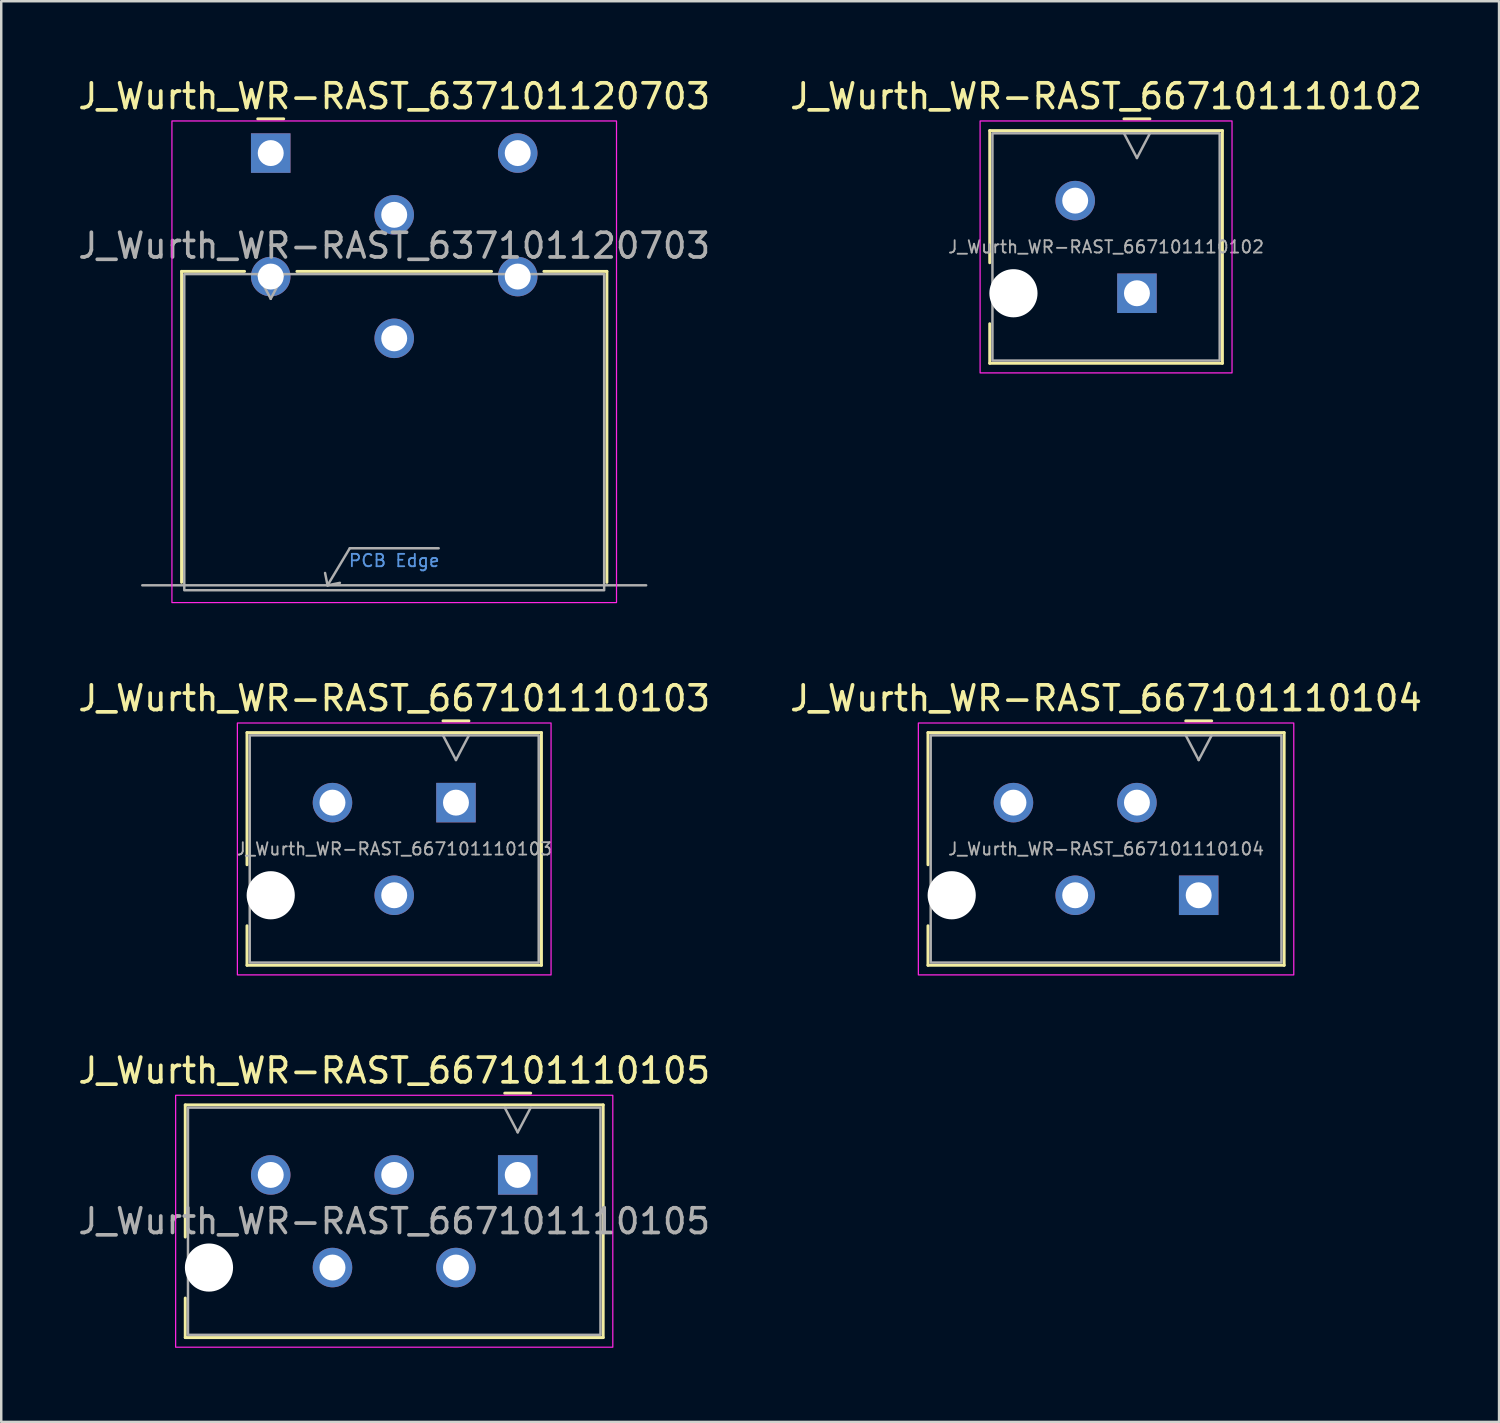
<source format=kicad_pcb>
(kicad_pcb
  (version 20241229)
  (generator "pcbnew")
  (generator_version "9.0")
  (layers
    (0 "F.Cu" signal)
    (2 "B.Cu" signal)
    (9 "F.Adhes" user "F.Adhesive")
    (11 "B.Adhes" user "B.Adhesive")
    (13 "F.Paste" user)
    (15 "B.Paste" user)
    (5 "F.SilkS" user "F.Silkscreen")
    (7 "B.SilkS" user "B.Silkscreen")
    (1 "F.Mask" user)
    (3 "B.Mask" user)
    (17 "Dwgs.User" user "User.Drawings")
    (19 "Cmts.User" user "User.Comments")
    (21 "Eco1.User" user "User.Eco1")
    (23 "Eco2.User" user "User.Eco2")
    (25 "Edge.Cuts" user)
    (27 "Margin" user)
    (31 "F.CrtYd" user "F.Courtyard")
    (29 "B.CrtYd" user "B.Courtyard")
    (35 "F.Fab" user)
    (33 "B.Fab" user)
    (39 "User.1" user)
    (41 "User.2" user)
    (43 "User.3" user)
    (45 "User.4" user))
  (footprint "J_Wurth_WR-RAST_667101110102"
    (layer "F.Cu")
    (at 42.982 8.823)
    (property "Reference" "J_Wurth_WR-RAST_667101110102" (at -1.25 -7.975 0) (unlocked yes) (layer "F.SilkS") (effects (font (size 1 1) (thickness 0.15))))
    (attr smd)
    (fp_line (start -5.96 -6.585) (end -5.96 -1.235) (stroke (width 0.12) (type default)) (layer "F.SilkS"))
    (fp_line (start -5.96 -6.585) (end 3.46 -6.585) (stroke (width 0.12) (type default)) (layer "F.SilkS"))
    (fp_line (start -5.96 2.835) (end -5.96 1.235) (stroke (width 0.12) (type default)) (layer "F.SilkS"))
    (fp_line (start -5.96 2.835) (end 3.46 2.835) (stroke (width 0.12) (type default)) (layer "F.SilkS"))
    (fp_line (start -0.525 -7.06) (end 0.525 -7.06) (stroke (width 0.12) (type default)) (layer "F.SilkS"))
    (fp_line (start 3.46 -6.585) (end 3.46 2.835) (stroke (width 0.12) (type default)) (layer "F.SilkS"))
    (fp_rect (start -6.35 -6.975) (end 3.85 3.225) (stroke (width 0.05) (type default)) (fill no) (layer "F.CrtYd"))
    (fp_line (start -0.525 -6.475) (end 0 -5.475) (stroke (width 0.1) (type default)) (layer "F.Fab"))
    (fp_line (start 0.525 -6.475) (end 0 -5.475) (stroke (width 0.1) (type default)) (layer "F.Fab"))
    (fp_rect (start -5.85 -6.475) (end 3.35 2.725) (stroke (width 0.1) (type default)) (fill no) (layer "F.Fab"))
    (fp_text user "${REFERENCE}" (at -1.25 -1.875 0) (unlocked yes) (layer "F.Fab") (effects (font (size 0.5 0.5) (thickness 0.075))))
    (pad "" np_thru_hole circle (at -5 0) (size 1.95 1.95) (drill 1.95) (layers "*.Cu" "*.Mask"))
    (pad "1" thru_hole rect (at 0 0) (size 1.6 1.6) (drill 1.05) (layers "*.Cu" "*.Mask"))
    (pad "2" thru_hole circle (at -2.5 -3.75) (size 1.6 1.6) (drill 1.05) (layers "*.Cu" "*.Mask")))
  (footprint "J_Wurth_WR-RAST_667101110103"
    (layer "F.Cu")
    (at 15.411 29.447)
    (property "Reference" "J_Wurth_WR-RAST_667101110103" (at -2.5 -4.225 0) (unlocked yes) (layer "F.SilkS") (effects (font (size 1 1) (thickness 0.15))))
    (attr smd)
    (fp_line (start -8.46 -2.835) (end -8.46 2.515) (stroke (width 0.12) (type default)) (layer "F.SilkS"))
    (fp_line (start -8.46 -2.835) (end 3.46 -2.835) (stroke (width 0.12) (type default)) (layer "F.SilkS"))
    (fp_line (start -8.46 6.585) (end -8.46 4.985) (stroke (width 0.12) (type default)) (layer "F.SilkS"))
    (fp_line (start -8.46 6.585) (end 3.46 6.585) (stroke (width 0.12) (type default)) (layer "F.SilkS"))
    (fp_line (start -0.525 -3.31) (end 0.525 -3.31) (stroke (width 0.12) (type default)) (layer "F.SilkS"))
    (fp_line (start 3.46 -2.835) (end 3.46 6.585) (stroke (width 0.12) (type default)) (layer "F.SilkS"))
    (fp_rect (start -8.85 -3.225) (end 3.85 6.975) (stroke (width 0.05) (type default)) (fill no) (layer "F.CrtYd"))
    (fp_line (start -0.525 -2.725) (end 0 -1.725) (stroke (width 0.1) (type default)) (layer "F.Fab"))
    (fp_line (start 0.525 -2.725) (end 0 -1.725) (stroke (width 0.1) (type default)) (layer "F.Fab"))
    (fp_rect (start -8.35 -2.725) (end 3.35 6.475) (stroke (width 0.1) (type default)) (fill no) (layer "F.Fab"))
    (fp_text user "${REFERENCE}" (at -2.5 1.875 0) (unlocked yes) (layer "F.Fab") (effects (font (size 0.5 0.5) (thickness 0.075))))
    (pad "" np_thru_hole circle (at -7.5 3.75) (size 1.95 1.95) (drill 1.95) (layers "*.Cu" "*.Mask"))
    (pad "1" thru_hole rect (at 0 0) (size 1.6 1.6) (drill 1.05) (layers "*.Cu" "*.Mask"))
    (pad "2" thru_hole circle (at -2.5 3.75) (size 1.6 1.6) (drill 1.05) (layers "*.Cu" "*.Mask"))
    (pad "3" thru_hole circle (at -5 0) (size 1.6 1.6) (drill 1.05) (layers "*.Cu" "*.Mask")))
  (footprint "J_Wurth_WR-RAST_667101110105"
    (layer "F.Cu")
    (at 17.911 44.52)
    (property "Reference" "J_Wurth_WR-RAST_667101110105" (at -5 -4.225 0) (unlocked yes) (layer "F.SilkS") (effects (font (size 1 1) (thickness 0.15))))
    (attr smd)
    (fp_line (start -13.46 -2.835) (end -13.46 2.515) (stroke (width 0.12) (type default)) (layer "F.SilkS"))
    (fp_line (start -13.46 -2.835) (end 3.46 -2.835) (stroke (width 0.12) (type default)) (layer "F.SilkS"))
    (fp_line (start -13.46 6.585) (end -13.46 4.985) (stroke (width 0.12) (type default)) (layer "F.SilkS"))
    (fp_line (start -13.46 6.585) (end 3.46 6.585) (stroke (width 0.12) (type default)) (layer "F.SilkS"))
    (fp_line (start -0.525 -3.31) (end 0.525 -3.31) (stroke (width 0.12) (type default)) (layer "F.SilkS"))
    (fp_line (start 3.46 -2.835) (end 3.46 6.585) (stroke (width 0.12) (type default)) (layer "F.SilkS"))
    (fp_rect (start -13.85 -3.225) (end 3.85 6.975) (stroke (width 0.05) (type default)) (fill no) (layer "F.CrtYd"))
    (fp_line (start -0.525 -2.725) (end 0 -1.725) (stroke (width 0.1) (type default)) (layer "F.Fab"))
    (fp_line (start 0.525 -2.725) (end 0 -1.725) (stroke (width 0.1) (type default)) (layer "F.Fab"))
    (fp_rect (start -13.35 -2.725) (end 3.35 6.475) (stroke (width 0.1) (type default)) (fill no) (layer "F.Fab"))
    (fp_text user "${REFERENCE}" (at -5 1.875 0) (unlocked yes) (layer "F.Fab") (effects (font (size 1 1) (thickness 0.15))))
    (pad "" np_thru_hole circle (at -12.5 3.75) (size 1.95 1.95) (drill 1.95) (layers "*.Cu" "*.Mask"))
    (pad "1" thru_hole rect (at 0 0) (size 1.6 1.6) (drill 1.05) (layers "*.Cu" "*.Mask"))
    (pad "2" thru_hole circle (at -2.5 3.75) (size 1.6 1.6) (drill 1.05) (layers "*.Cu" "*.Mask"))
    (pad "3" thru_hole circle (at -5 0) (size 1.6 1.6) (drill 1.05) (layers "*.Cu" "*.Mask"))
    (pad "4" thru_hole circle (at -7.5 3.75) (size 1.6 1.6) (drill 1.05) (layers "*.Cu" "*.Mask"))
    (pad "5" thru_hole circle (at -10 0) (size 1.6 1.6) (drill 1.05) (layers "*.Cu" "*.Mask")))
  (footprint "J_Wurth_WR-RAST_667101110104"
    (layer "F.Cu")
    (at 45.482 33.197)
    (property "Reference" "J_Wurth_WR-RAST_667101110104" (at -3.75 -7.975 0) (unlocked yes) (layer "F.SilkS") (effects (font (size 1 1) (thickness 0.15))))
    (attr smd)
    (fp_line (start -10.96 -6.585) (end -10.96 -1.235) (stroke (width 0.12) (type default)) (layer "F.SilkS"))
    (fp_line (start -10.96 -6.585) (end 3.46 -6.585) (stroke (width 0.12) (type default)) (layer "F.SilkS"))
    (fp_line (start -10.96 2.835) (end -10.96 1.235) (stroke (width 0.12) (type default)) (layer "F.SilkS"))
    (fp_line (start -10.96 2.835) (end 3.46 2.835) (stroke (width 0.12) (type default)) (layer "F.SilkS"))
    (fp_line (start -0.525 -7.06) (end 0.525 -7.06) (stroke (width 0.12) (type default)) (layer "F.SilkS"))
    (fp_line (start 3.46 -6.585) (end 3.46 2.835) (stroke (width 0.12) (type default)) (layer "F.SilkS"))
    (fp_rect (start -11.35 -6.975) (end 3.85 3.225) (stroke (width 0.05) (type default)) (fill no) (layer "F.CrtYd"))
    (fp_line (start -0.525 -6.475) (end 0 -5.475) (stroke (width 0.1) (type default)) (layer "F.Fab"))
    (fp_line (start 0.525 -6.475) (end 0 -5.475) (stroke (width 0.1) (type default)) (layer "F.Fab"))
    (fp_rect (start -10.85 -6.475) (end 3.35 2.725) (stroke (width 0.1) (type default)) (fill no) (layer "F.Fab"))
    (fp_text user "${REFERENCE}" (at -3.75 -1.875 0) (unlocked yes) (layer "F.Fab") (effects (font (size 0.5 0.5) (thickness 0.075))))
    (pad "" np_thru_hole circle (at -10 0) (size 1.95 1.95) (drill 1.95) (layers "*.Cu" "*.Mask"))
    (pad "1" thru_hole rect (at 0 0) (size 1.6 1.6) (drill 1.05) (layers "*.Cu" "*.Mask"))
    (pad "2" thru_hole circle (at -2.5 -3.75) (size 1.6 1.6) (drill 1.05) (layers "*.Cu" "*.Mask"))
    (pad "3" thru_hole circle (at -5 0) (size 1.6 1.6) (drill 1.05) (layers "*.Cu" "*.Mask"))
    (pad "4" thru_hole circle (at -7.5 -3.75) (size 1.6 1.6) (drill 1.05) (layers "*.Cu" "*.Mask")))
  (footprint "J_Wurth_WR-RAST_637101120703"
    (layer "F.Cu")
    (at 7.911 3.148)
    (property "Reference" "J_Wurth_WR-RAST_637101120703" (at 5 -2.3 0) (unlocked yes) (layer "F.SilkS") (effects (font (size 1 1) (thickness 0.15))))
    (attr smd)
    (fp_line (start -3.61 4.79) (end -3.61 17.38) (stroke (width 0.12) (type default)) (layer "F.SilkS"))
    (fp_line (start -3.61 4.79) (end -1.06 4.79) (stroke (width 0.12) (type default)) (layer "F.SilkS"))
    (fp_line (start -0.525 -1.385) (end 0.525 -1.385) (stroke (width 0.12) (type default)) (layer "F.SilkS"))
    (fp_line (start 1.06 4.79) (end 8.94 4.79) (stroke (width 0.12) (type default)) (layer "F.SilkS"))
    (fp_line (start 13.61 4.79) (end 11.06 4.79) (stroke (width 0.12) (type default)) (layer "F.SilkS"))
    (fp_line (start 13.61 4.79) (end 13.61 17.38) (stroke (width 0.12) (type default)) (layer "F.SilkS"))
    (fp_rect (start -4 -1.3) (end 14 18.2) (stroke (width 0.05) (type default)) (fill no) (layer "F.CrtYd"))
    (fp_line (start -5.2 17.5) (end 15.2 17.5) (stroke (width 0.1) (type default)) (layer "F.Fab"))
    (fp_line (start -0.525 4.9) (end 0 5.9) (stroke (width 0.1) (type default)) (layer "F.Fab"))
    (fp_line (start 0.525 4.9) (end 0 5.9) (stroke (width 0.1) (type default)) (layer "F.Fab"))
    (fp_line (start 2.3 17.5) (end 2.2 17) (stroke (width 0.1) (type default)) (layer "F.Fab"))
    (fp_line (start 2.3 17.5) (end 2.8 17.4) (stroke (width 0.1) (type default)) (layer "F.Fab"))
    (fp_line (start 2.3 17.5) (end 3.2 16) (stroke (width 0.1) (type default)) (layer "F.Fab"))
    (fp_line (start 3.2 16) (end 6.8 16) (stroke (width 0.1) (type default)) (layer "F.Fab"))
    (fp_rect (start -3.5 4.9) (end 13.5 17.7) (stroke (width 0.1) (type default)) (fill no) (layer "F.Fab"))
    (fp_text user "PCB Edge" (at 5 16.5 0) (unlocked yes) (layer "Cmts.User") (effects (font (size 0.5 0.5) (thickness 0.075))))
    (fp_text user "${REFERENCE}" (at 5 3.75 0) (unlocked yes) (layer "F.Fab") (effects (font (size 1 1) (thickness 0.15))))
    (pad "1" thru_hole rect (at 0 0) (size 1.6 1.6) (drill 1.05) (layers "*.Cu" "*.Mask"))
    (pad "2" thru_hole circle (at 5 2.5) (size 1.6 1.6) (drill 1.05) (layers "*.Cu" "*.Mask"))
    (pad "3" thru_hole circle (at 10 0) (size 1.6 1.6) (drill 1.05) (layers "*.Cu" "*.Mask"))
    (pad "A1" thru_hole circle (at 0 5) (size 1.6 1.6) (drill 1.05) (layers "*.Cu" "*.Mask"))
    (pad "A2" thru_hole circle (at 5 7.5) (size 1.6 1.6) (drill 1.05) (layers "*.Cu" "*.Mask"))
    (pad "A3" thru_hole circle (at 10 5) (size 1.6 1.6) (drill 1.05) (layers "*.Cu" "*.Mask")))
  (gr_rect
    (start -3 -3)
    (end 57.643 54.52)
    (stroke (width 0.1) (type default))
    (fill no)
    (layer "Edge.Cuts")))
</source>
